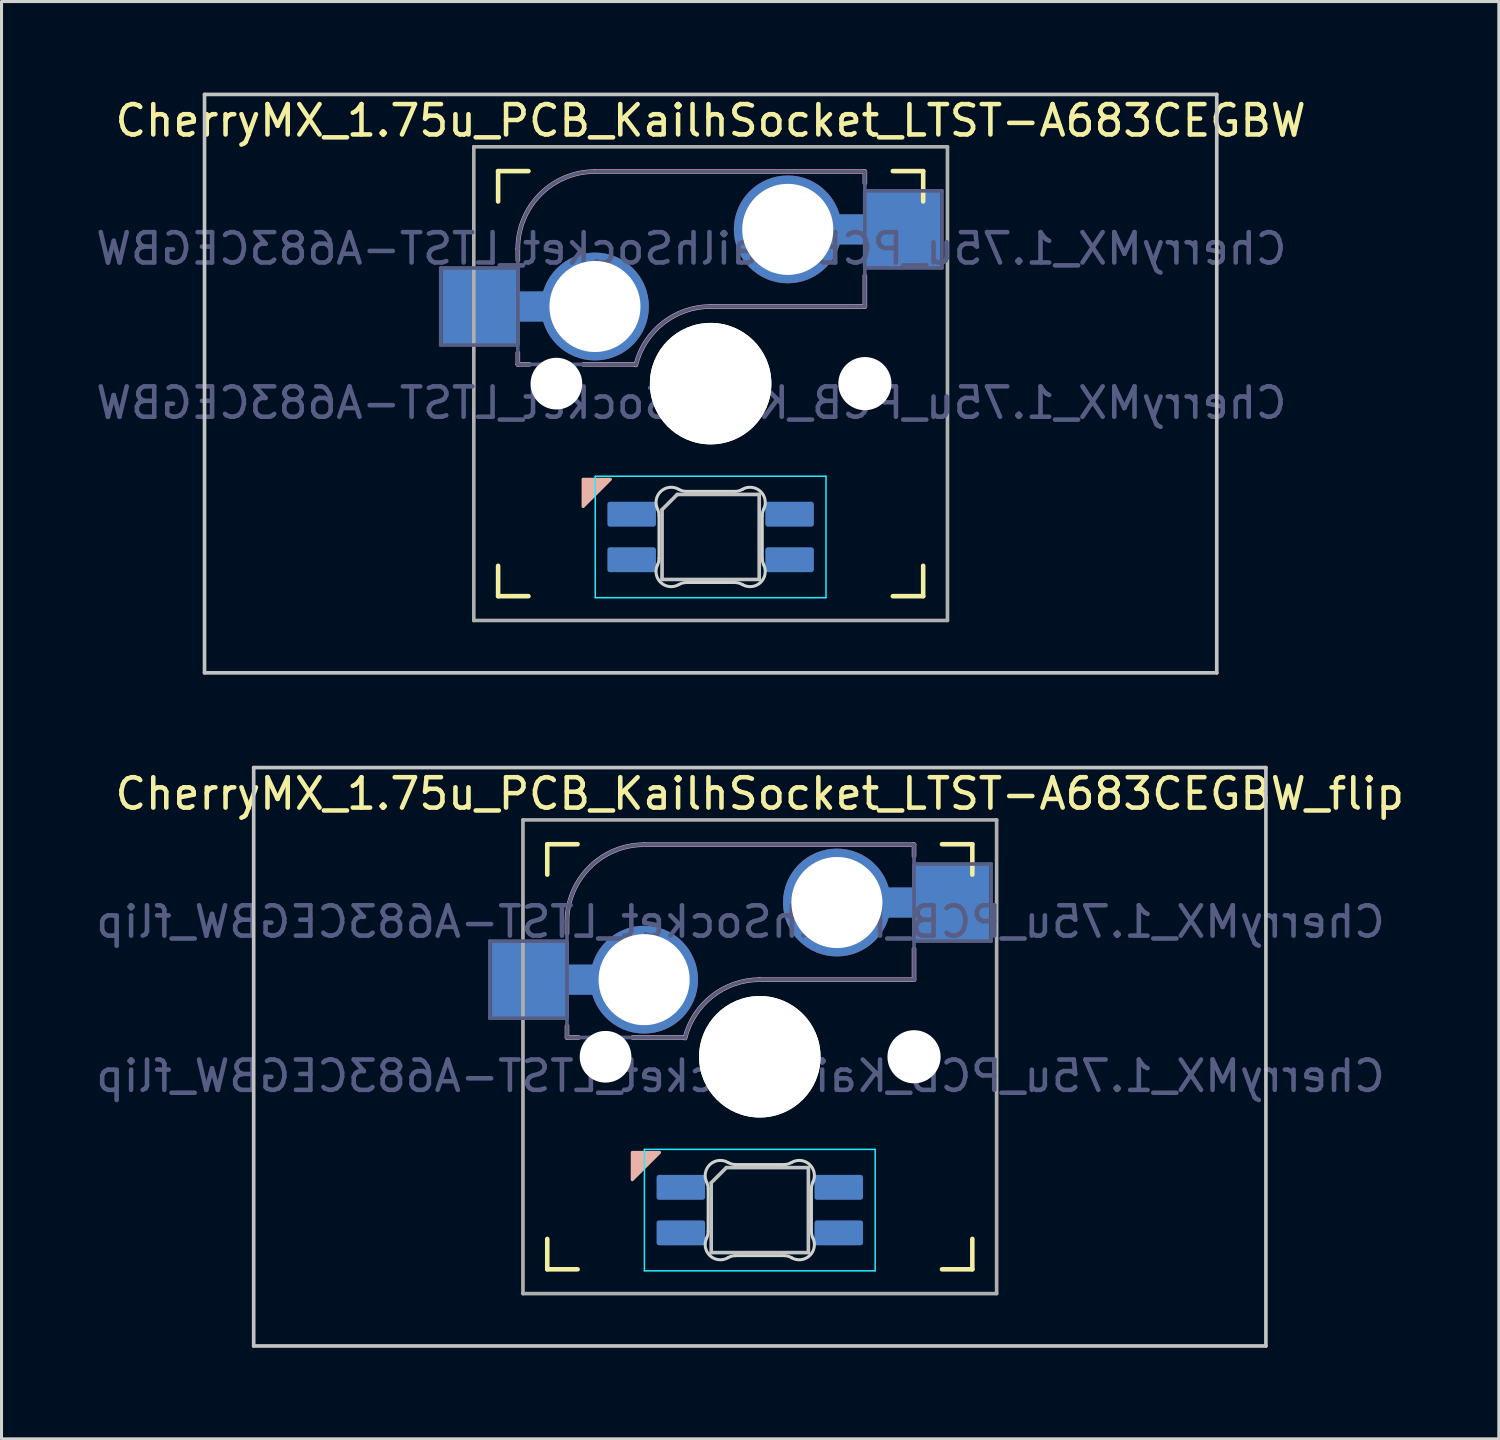
<source format=kicad_pcb>
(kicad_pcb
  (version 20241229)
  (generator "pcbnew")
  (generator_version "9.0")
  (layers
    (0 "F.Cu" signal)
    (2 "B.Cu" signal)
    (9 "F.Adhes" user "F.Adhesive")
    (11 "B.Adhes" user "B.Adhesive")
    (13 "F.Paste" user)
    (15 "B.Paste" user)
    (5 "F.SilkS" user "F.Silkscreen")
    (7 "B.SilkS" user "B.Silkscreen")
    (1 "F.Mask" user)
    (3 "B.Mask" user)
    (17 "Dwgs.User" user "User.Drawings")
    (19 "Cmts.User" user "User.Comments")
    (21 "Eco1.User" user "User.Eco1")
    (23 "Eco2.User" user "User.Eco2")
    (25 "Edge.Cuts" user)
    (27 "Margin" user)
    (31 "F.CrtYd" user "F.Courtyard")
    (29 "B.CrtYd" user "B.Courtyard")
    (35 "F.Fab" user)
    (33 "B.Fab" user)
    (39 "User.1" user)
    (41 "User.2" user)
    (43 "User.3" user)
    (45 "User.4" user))
  (footprint "CherryMX_1.75u_PCB_KailhSocket_LTST-A683CEGBW_flip"
    (layer "F.Cu")
    (at 21.974 31.755)
    (property "Reference" "CherryMX_1.75u_PCB_KailhSocket_LTST-A683CEGBW_flip" (at 0 -8.662 0) (layer "F.SilkS") (effects (font (size 1 1) (thickness 0.15))))
    (property "Value" "CherryMX_1.75u_PCB_KailhSocket_LTST-A683CEGBW_flip" (at 0 8.662 0) (layer "F.Fab") (hide yes) (effects (font (size 1 1) (thickness 0.15))))
    (attr through_hole)
    (fp_line (start -7 -6) (end -7 -7) (stroke (width 0.15) (type solid)) (layer "F.SilkS"))
    (fp_line (start -7 7) (end -7 6) (stroke (width 0.15) (type solid)) (layer "F.SilkS"))
    (fp_line (start -7 7) (end -6 7) (stroke (width 0.15) (type solid)) (layer "F.SilkS"))
    (fp_line (start -6 -7) (end -7 -7) (stroke (width 0.15) (type solid)) (layer "F.SilkS"))
    (fp_line (start 6 7) (end 7 7) (stroke (width 0.15) (type solid)) (layer "F.SilkS"))
    (fp_line (start 7 -7) (end 6 -7) (stroke (width 0.15) (type solid)) (layer "F.SilkS"))
    (fp_line (start 7 -7) (end 7 -6) (stroke (width 0.15) (type solid)) (layer "F.SilkS"))
    (fp_line (start 7 6) (end 7 7) (stroke (width 0.15) (type solid)) (layer "F.SilkS"))
    (fp_line (start -6.35 -4.445) (end -6.35 -4.064) (stroke (width 0.15) (type solid)) (layer "B.SilkS"))
    (fp_line (start -6.35 -1.016) (end -6.35 -0.635) (stroke (width 0.15) (type solid)) (layer "B.SilkS"))
    (fp_line (start -5.969 -0.635) (end -6.35 -0.635) (stroke (width 0.15) (type solid)) (layer "B.SilkS"))
    (fp_line (start -3.81 -6.985) (end 5.08 -6.985) (stroke (width 0.15) (type solid)) (layer "B.SilkS"))
    (fp_line (start -2.464 -0.635) (end -4.191 -0.635) (stroke (width 0.15) (type solid)) (layer "B.SilkS"))
    (fp_line (start 5.08 -6.985) (end 5.08 -6.604) (stroke (width 0.15) (type solid)) (layer "B.SilkS"))
    (fp_line (start 5.08 -3.556) (end 5.08 -2.54) (stroke (width 0.15) (type solid)) (layer "B.SilkS"))
    (fp_line (start 5.08 -2.54) (end 0 -2.54) (stroke (width 0.15) (type solid)) (layer "B.SilkS"))
    (fp_arc (start -6.35 -4.445) (mid -5.606051 -6.241051) (end -3.81 -6.985) (stroke (width 0.15) (type solid)) (layer "B.SilkS"))
    (fp_arc (start -2.464162 -0.61604) (mid -1.563147 -2.002042) (end 0 -2.54) (stroke (width 0.15) (type solid)) (layer "B.SilkS"))
    (fp_poly (pts (xy -4.2 4.05) (xy -3.3 3.15) (xy -4.2 3.15)) (stroke (width 0.1) (type solid)) (fill yes) (layer "B.SilkS"))
    (fp_line (start -16.669 -9.525) (end 16.669 -9.525) (stroke (width 0.12) (type solid)) (layer "Dwgs.User"))
    (fp_line (start -16.669 9.525) (end -16.669 -9.525) (stroke (width 0.12) (type solid)) (layer "Dwgs.User"))
    (fp_line (start -1.6 4.15) (end -1.6 6.45) (stroke (width 0.12) (type solid)) (layer "Dwgs.User"))
    (fp_line (start -1.6 4.15) (end -1.1 3.65) (stroke (width 0.12) (type solid)) (layer "Dwgs.User"))
    (fp_line (start -1.6 6.45) (end 1.6 6.45) (stroke (width 0.12) (type solid)) (layer "Dwgs.User"))
    (fp_line (start 1.6 3.65) (end -1.1 3.65) (stroke (width 0.12) (type solid)) (layer "Dwgs.User"))
    (fp_line (start 1.6 6.45) (end 1.6 3.65) (stroke (width 0.12) (type solid)) (layer "Dwgs.User"))
    (fp_line (start 16.669 -9.525) (end 16.669 9.525) (stroke (width 0.12) (type solid)) (layer "Dwgs.User"))
    (fp_line (start 16.669 9.525) (end -16.669 9.525) (stroke (width 0.12) (type solid)) (layer "Dwgs.User"))
    (fp_line (start -6.9 6.9) (end -6.9 -6.9) (stroke (width 0.15) (type solid)) (layer "Eco2.User"))
    (fp_line (start -6.9 6.9) (end 6.9 6.9) (stroke (width 0.15) (type solid)) (layer "Eco2.User"))
    (fp_line (start 6.9 -6.9) (end -6.9 -6.9) (stroke (width 0.15) (type solid)) (layer "Eco2.User"))
    (fp_line (start 6.9 -6.9) (end 6.9 6.9) (stroke (width 0.15) (type solid)) (layer "Eco2.User"))
    (fp_line (start -1.7 5.753) (end -1.7 4.347) (stroke (width 0.1) (type solid)) (layer "Edge.Cuts"))
    (fp_line (start -0.794 3.55) (end 0.794 3.55) (stroke (width 0.1) (type solid)) (layer "Edge.Cuts"))
    (fp_line (start 0.794 6.55) (end -0.794 6.55) (stroke (width 0.1) (type solid)) (layer "Edge.Cuts"))
    (fp_line (start 1.7 4.347) (end 1.7 5.753) (stroke (width 0.1) (type solid)) (layer "Edge.Cuts"))
    (fp_arc (start -1.749484 4.13028) (mid -1.712527 4.235932) (end -1.699999 4.347158) (stroke (width 0.1) (type solid)) (layer "Edge.Cuts"))
    (fp_arc (start -1.749484 4.130281) (mid -1.638072 3.545965) (end -1.046711 3.481701) (stroke (width 0.1) (type solid)) (layer "Edge.Cuts"))
    (fp_arc (start -1.699999 5.752843) (mid -1.712527 5.864068) (end -1.749484 5.96972) (stroke (width 0.1) (type solid)) (layer "Edge.Cuts"))
    (fp_arc (start -1.046711 6.618298) (mid -1.63807 6.554034) (end -1.749484 5.96972) (stroke (width 0.1) (type solid)) (layer "Edge.Cuts"))
    (fp_arc (start -1.046711 6.618298) (mid -0.925123 6.567376) (end -0.794453 6.549999) (stroke (width 0.1) (type solid)) (layer "Edge.Cuts"))
    (fp_arc (start -0.794452 3.55) (mid -0.925123 3.532623) (end -1.046711 3.481701) (stroke (width 0.1) (type solid)) (layer "Edge.Cuts"))
    (fp_arc (start 0.794453 6.55) (mid 0.925123 6.567377) (end 1.046711 6.618299) (stroke (width 0.1) (type solid)) (layer "Edge.Cuts"))
    (fp_arc (start 1.04671 3.481701) (mid 0.925122 3.532623) (end 0.794452 3.55) (stroke (width 0.1) (type solid)) (layer "Edge.Cuts"))
    (fp_arc (start 1.046711 3.481703) (mid 1.63807 3.545966) (end 1.749484 4.13028) (stroke (width 0.1) (type solid)) (layer "Edge.Cuts"))
    (fp_arc (start 1.699999 4.347157) (mid 1.712527 4.235932) (end 1.749484 4.13028) (stroke (width 0.1) (type solid)) (layer "Edge.Cuts"))
    (fp_arc (start 1.749484 5.96972) (mid 1.638071 6.554035) (end 1.046711 6.618299) (stroke (width 0.1) (type solid)) (layer "Edge.Cuts"))
    (fp_arc (start 1.749484 5.96972) (mid 1.712527 5.864068) (end 1.699999 5.752842) (stroke (width 0.1) (type solid)) (layer "Edge.Cuts"))
    (fp_line (start -3.8 3.05) (end -3.8 7.05) (stroke (width 0.05) (type solid)) (layer "B.CrtYd"))
    (fp_line (start -3.8 7.05) (end 3.8 7.05) (stroke (width 0.05) (type solid)) (layer "B.CrtYd"))
    (fp_line (start 3.8 3.05) (end -3.8 3.05) (stroke (width 0.05) (type solid)) (layer "B.CrtYd"))
    (fp_line (start 3.8 7.05) (end 3.8 3.05) (stroke (width 0.05) (type solid)) (layer "B.CrtYd"))
    (fp_line (start -8.89 -3.81) (end -6.35 -3.81) (stroke (width 0.12) (type solid)) (layer "B.Fab"))
    (fp_line (start -8.89 -1.27) (end -8.89 -3.81) (stroke (width 0.12) (type solid)) (layer "B.Fab"))
    (fp_line (start -6.35 -1.27) (end -8.89 -1.27) (stroke (width 0.12) (type solid)) (layer "B.Fab"))
    (fp_line (start -6.35 -0.635) (end -6.35 -4.445) (stroke (width 0.12) (type solid)) (layer "B.Fab"))
    (fp_line (start -6.35 -0.635) (end -2.54 -0.635) (stroke (width 0.12) (type solid)) (layer "B.Fab"))
    (fp_line (start -3.81 -6.985) (end 5.08 -6.985) (stroke (width 0.12) (type solid)) (layer "B.Fab"))
    (fp_line (start 5.08 -6.985) (end 5.08 -2.54) (stroke (width 0.12) (type solid)) (layer "B.Fab"))
    (fp_line (start 5.08 -6.35) (end 7.62 -6.35) (stroke (width 0.12) (type solid)) (layer "B.Fab"))
    (fp_line (start 5.08 -2.54) (end 0 -2.54) (stroke (width 0.12) (type solid)) (layer "B.Fab"))
    (fp_line (start 7.62 -6.35) (end 7.62 -3.81) (stroke (width 0.12) (type solid)) (layer "B.Fab"))
    (fp_line (start 7.62 -3.81) (end 5.08 -3.81) (stroke (width 0.12) (type solid)) (layer "B.Fab"))
    (fp_arc (start -6.35 -4.445) (mid -5.606051 -6.241051) (end -3.81 -6.985) (stroke (width 0.12) (type solid)) (layer "B.Fab"))
    (fp_arc (start -2.464162 -0.61604) (mid -1.563147 -2.002042) (end 0 -2.54) (stroke (width 0.12) (type solid)) (layer "B.Fab"))
    (fp_line (start -7.8 -7.8) (end -7.8 7.8) (stroke (width 0.12) (type solid)) (layer "F.Fab"))
    (fp_line (start -7.8 -7.8) (end 7.8 -7.8) (stroke (width 0.12) (type solid)) (layer "F.Fab"))
    (fp_line (start -7.8 7.8) (end 7.8 7.8) (stroke (width 0.12) (type solid)) (layer "F.Fab"))
    (fp_line (start 7.8 -7.8) (end 7.8 7.8) (stroke (width 0.12) (type solid)) (layer "F.Fab"))
    (fp_text user "${REFERENCE}" (at -0.635 -4.445 0) (layer "B.Fab") (effects (font (size 1 1) (thickness 0.15)) (justify mirror)))
    (fp_text user "${VALUE}" (at -0.635 0.635 0) (layer "B.Fab") (effects (font (size 1 1) (thickness 0.15)) (justify mirror)))
    (pad "" np_thru_hole circle (at -5.08 0) (size 1.702 1.702) (drill 1.702) (layers "*.Cu" "*.Mask"))
    (pad "" np_thru_hole circle (at 0 0) (size 4 4) (drill 4) (layers "*.Cu" "*.Mask"))
    (pad "" np_thru_hole circle (at 0 0) (size 4 4) (drill 4) (layers "*.Cu" "*.Mask"))
    (pad "" np_thru_hole circle (at 5.08 0) (size 1.702 1.702) (drill 1.702) (layers "*.Cu" "*.Mask"))
    (pad "" np_thru_hole circle (at 5.08 0) (size 1.75 1.75) (drill 1.75) (layers "*.Cu" "*.Mask"))
    (pad "1" thru_hole circle (at 2.54 -5.08) (size 3.55 3.55) (drill 3) (layers "*.Cu"))
    (pad "1" connect rect (at 5.015 -5.08 270) (size 1 2.5) (layers "B.Cu"))
    (pad "1" smd rect (at 6.29 -5.08) (size 2.55 2.5) (layers "B.Cu" "B.Mask" "B.Paste"))
    (pad "2" smd rect (at -7.56 -2.54) (size 2.55 2.5) (layers "B.Cu" "B.Mask" "B.Paste"))
    (pad "2" connect rect (at -5.715 -2.54 90) (size 1 2.5) (layers "B.Cu"))
    (pad "2" thru_hole circle (at -3.81 -2.54) (size 3.55 3.55) (drill 3) (layers "*.Cu"))
    (pad "3" smd roundrect (at -2.6 4.3 90) (size 0.82 1.6) (layers "B.Cu" "B.Mask" "B.Paste") (roundrect_rratio 0.1))
    (pad "4" smd roundrect (at -2.6 5.8 90) (size 0.82 1.6) (layers "B.Cu" "B.Mask" "B.Paste") (roundrect_rratio 0.1))
    (pad "5" smd roundrect (at 2.6 4.3 90) (size 0.82 1.6) (layers "B.Cu" "B.Mask" "B.Paste") (roundrect_rratio 0.1))
    (pad "6" smd roundrect (at 2.6 5.8 90) (size 0.82 1.6) (layers "B.Cu" "B.Mask" "B.Paste") (roundrect_rratio 0.1)))
  (footprint "CherryMX_1.75u_PCB_KailhSocket_LTST-A683CEGBW"
    (layer "F.Cu")
    (at 20.355 9.585)
    (property "Reference" "CherryMX_1.75u_PCB_KailhSocket_LTST-A683CEGBW" (at 0 -8.662 0) (layer "F.SilkS") (effects (font (size 1 1) (thickness 0.15))))
    (property "Value" "CherryMX_1.75u_PCB_KailhSocket_LTST-A683CEGBW" (at 0 8.662 0) (layer "F.Fab") (hide yes) (effects (font (size 1 1) (thickness 0.15))))
    (attr through_hole)
    (fp_line (start -7 -6) (end -7 -7) (stroke (width 0.15) (type solid)) (layer "F.SilkS"))
    (fp_line (start -7 7) (end -7 6) (stroke (width 0.15) (type solid)) (layer "F.SilkS"))
    (fp_line (start -7 7) (end -6 7) (stroke (width 0.15) (type solid)) (layer "F.SilkS"))
    (fp_line (start -6 -7) (end -7 -7) (stroke (width 0.15) (type solid)) (layer "F.SilkS"))
    (fp_line (start 6 7) (end 7 7) (stroke (width 0.15) (type solid)) (layer "F.SilkS"))
    (fp_line (start 7 -7) (end 6 -7) (stroke (width 0.15) (type solid)) (layer "F.SilkS"))
    (fp_line (start 7 -7) (end 7 -6) (stroke (width 0.15) (type solid)) (layer "F.SilkS"))
    (fp_line (start 7 6) (end 7 7) (stroke (width 0.15) (type solid)) (layer "F.SilkS"))
    (fp_line (start -6.35 -4.445) (end -6.35 -4.064) (stroke (width 0.15) (type solid)) (layer "B.SilkS"))
    (fp_line (start -6.35 -1.016) (end -6.35 -0.635) (stroke (width 0.15) (type solid)) (layer "B.SilkS"))
    (fp_line (start -5.969 -0.635) (end -6.35 -0.635) (stroke (width 0.15) (type solid)) (layer "B.SilkS"))
    (fp_line (start -3.81 -6.985) (end 5.08 -6.985) (stroke (width 0.15) (type solid)) (layer "B.SilkS"))
    (fp_line (start -2.464 -0.635) (end -4.191 -0.635) (stroke (width 0.15) (type solid)) (layer "B.SilkS"))
    (fp_line (start 5.08 -6.985) (end 5.08 -6.604) (stroke (width 0.15) (type solid)) (layer "B.SilkS"))
    (fp_line (start 5.08 -3.556) (end 5.08 -2.54) (stroke (width 0.15) (type solid)) (layer "B.SilkS"))
    (fp_line (start 5.08 -2.54) (end 0 -2.54) (stroke (width 0.15) (type solid)) (layer "B.SilkS"))
    (fp_arc (start -6.35 -4.445) (mid -5.606051 -6.241051) (end -3.81 -6.985) (stroke (width 0.15) (type solid)) (layer "B.SilkS"))
    (fp_arc (start -2.464162 -0.61604) (mid -1.563147 -2.002042) (end 0 -2.54) (stroke (width 0.15) (type solid)) (layer "B.SilkS"))
    (fp_poly (pts (xy -4.2 4.05) (xy -3.3 3.15) (xy -4.2 3.15)) (stroke (width 0.1) (type solid)) (fill yes) (layer "B.SilkS"))
    (fp_line (start -16.669 -9.525) (end 16.669 -9.525) (stroke (width 0.12) (type solid)) (layer "Dwgs.User"))
    (fp_line (start -16.669 9.525) (end -16.669 -9.525) (stroke (width 0.12) (type solid)) (layer "Dwgs.User"))
    (fp_line (start -1.6 4.15) (end -1.6 6.45) (stroke (width 0.12) (type solid)) (layer "Dwgs.User"))
    (fp_line (start -1.6 4.15) (end -1.1 3.65) (stroke (width 0.12) (type solid)) (layer "Dwgs.User"))
    (fp_line (start -1.6 6.45) (end 1.6 6.45) (stroke (width 0.12) (type solid)) (layer "Dwgs.User"))
    (fp_line (start 1.6 3.65) (end -1.1 3.65) (stroke (width 0.12) (type solid)) (layer "Dwgs.User"))
    (fp_line (start 1.6 6.45) (end 1.6 3.65) (stroke (width 0.12) (type solid)) (layer "Dwgs.User"))
    (fp_line (start 16.669 -9.525) (end 16.669 9.525) (stroke (width 0.12) (type solid)) (layer "Dwgs.User"))
    (fp_line (start 16.669 9.525) (end -16.669 9.525) (stroke (width 0.12) (type solid)) (layer "Dwgs.User"))
    (fp_line (start -6.9 6.9) (end -6.9 -6.9) (stroke (width 0.15) (type solid)) (layer "Eco2.User"))
    (fp_line (start -6.9 6.9) (end 6.9 6.9) (stroke (width 0.15) (type solid)) (layer "Eco2.User"))
    (fp_line (start 6.9 -6.9) (end -6.9 -6.9) (stroke (width 0.15) (type solid)) (layer "Eco2.User"))
    (fp_line (start 6.9 -6.9) (end 6.9 6.9) (stroke (width 0.15) (type solid)) (layer "Eco2.User"))
    (fp_line (start -1.7 5.753) (end -1.7 4.347) (stroke (width 0.1) (type solid)) (layer "Edge.Cuts"))
    (fp_line (start -0.794 3.55) (end 0.794 3.55) (stroke (width 0.1) (type solid)) (layer "Edge.Cuts"))
    (fp_line (start 0.794 6.55) (end -0.794 6.55) (stroke (width 0.1) (type solid)) (layer "Edge.Cuts"))
    (fp_line (start 1.7 4.347) (end 1.7 5.753) (stroke (width 0.1) (type solid)) (layer "Edge.Cuts"))
    (fp_arc (start -1.749484 4.13028) (mid -1.712527 4.235932) (end -1.699999 4.347158) (stroke (width 0.1) (type solid)) (layer "Edge.Cuts"))
    (fp_arc (start -1.749484 4.130281) (mid -1.638072 3.545965) (end -1.046711 3.481701) (stroke (width 0.1) (type solid)) (layer "Edge.Cuts"))
    (fp_arc (start -1.699999 5.752843) (mid -1.712527 5.864068) (end -1.749484 5.96972) (stroke (width 0.1) (type solid)) (layer "Edge.Cuts"))
    (fp_arc (start -1.046711 6.618298) (mid -1.63807 6.554034) (end -1.749484 5.96972) (stroke (width 0.1) (type solid)) (layer "Edge.Cuts"))
    (fp_arc (start -1.046711 6.618298) (mid -0.925123 6.567376) (end -0.794453 6.549999) (stroke (width 0.1) (type solid)) (layer "Edge.Cuts"))
    (fp_arc (start -0.794452 3.55) (mid -0.925123 3.532623) (end -1.046711 3.481701) (stroke (width 0.1) (type solid)) (layer "Edge.Cuts"))
    (fp_arc (start 0.794453 6.55) (mid 0.925123 6.567377) (end 1.046711 6.618299) (stroke (width 0.1) (type solid)) (layer "Edge.Cuts"))
    (fp_arc (start 1.04671 3.481701) (mid 0.925122 3.532623) (end 0.794452 3.55) (stroke (width 0.1) (type solid)) (layer "Edge.Cuts"))
    (fp_arc (start 1.046711 3.481703) (mid 1.63807 3.545966) (end 1.749484 4.13028) (stroke (width 0.1) (type solid)) (layer "Edge.Cuts"))
    (fp_arc (start 1.699999 4.347157) (mid 1.712527 4.235932) (end 1.749484 4.13028) (stroke (width 0.1) (type solid)) (layer "Edge.Cuts"))
    (fp_arc (start 1.749484 5.96972) (mid 1.638071 6.554035) (end 1.046711 6.618299) (stroke (width 0.1) (type solid)) (layer "Edge.Cuts"))
    (fp_arc (start 1.749484 5.96972) (mid 1.712527 5.864068) (end 1.699999 5.752842) (stroke (width 0.1) (type solid)) (layer "Edge.Cuts"))
    (fp_line (start -3.8 3.05) (end -3.8 7.05) (stroke (width 0.05) (type solid)) (layer "B.CrtYd"))
    (fp_line (start -3.8 7.05) (end 3.8 7.05) (stroke (width 0.05) (type solid)) (layer "B.CrtYd"))
    (fp_line (start 3.8 3.05) (end -3.8 3.05) (stroke (width 0.05) (type solid)) (layer "B.CrtYd"))
    (fp_line (start 3.8 7.05) (end 3.8 3.05) (stroke (width 0.05) (type solid)) (layer "B.CrtYd"))
    (fp_line (start -8.89 -3.81) (end -6.35 -3.81) (stroke (width 0.12) (type solid)) (layer "B.Fab"))
    (fp_line (start -8.89 -1.27) (end -8.89 -3.81) (stroke (width 0.12) (type solid)) (layer "B.Fab"))
    (fp_line (start -6.35 -1.27) (end -8.89 -1.27) (stroke (width 0.12) (type solid)) (layer "B.Fab"))
    (fp_line (start -6.35 -0.635) (end -6.35 -4.445) (stroke (width 0.12) (type solid)) (layer "B.Fab"))
    (fp_line (start -6.35 -0.635) (end -2.54 -0.635) (stroke (width 0.12) (type solid)) (layer "B.Fab"))
    (fp_line (start -3.81 -6.985) (end 5.08 -6.985) (stroke (width 0.12) (type solid)) (layer "B.Fab"))
    (fp_line (start 5.08 -6.985) (end 5.08 -2.54) (stroke (width 0.12) (type solid)) (layer "B.Fab"))
    (fp_line (start 5.08 -6.35) (end 7.62 -6.35) (stroke (width 0.12) (type solid)) (layer "B.Fab"))
    (fp_line (start 5.08 -2.54) (end 0 -2.54) (stroke (width 0.12) (type solid)) (layer "B.Fab"))
    (fp_line (start 7.62 -6.35) (end 7.62 -3.81) (stroke (width 0.12) (type solid)) (layer "B.Fab"))
    (fp_line (start 7.62 -3.81) (end 5.08 -3.81) (stroke (width 0.12) (type solid)) (layer "B.Fab"))
    (fp_arc (start -6.35 -4.445) (mid -5.606051 -6.241051) (end -3.81 -6.985) (stroke (width 0.12) (type solid)) (layer "B.Fab"))
    (fp_arc (start -2.464162 -0.61604) (mid -1.563147 -2.002042) (end 0 -2.54) (stroke (width 0.12) (type solid)) (layer "B.Fab"))
    (fp_line (start -7.8 -7.8) (end -7.8 7.8) (stroke (width 0.12) (type solid)) (layer "F.Fab"))
    (fp_line (start -7.8 -7.8) (end 7.8 -7.8) (stroke (width 0.12) (type solid)) (layer "F.Fab"))
    (fp_line (start -7.8 7.8) (end 7.8 7.8) (stroke (width 0.12) (type solid)) (layer "F.Fab"))
    (fp_line (start 7.8 -7.8) (end 7.8 7.8) (stroke (width 0.12) (type solid)) (layer "F.Fab"))
    (fp_text user "${VALUE}" (at -0.635 0.635 0) (layer "B.Fab") (effects (font (size 1 1) (thickness 0.15)) (justify mirror)))
    (fp_text user "${REFERENCE}" (at -0.635 -4.445 0) (layer "B.Fab") (effects (font (size 1 1) (thickness 0.15)) (justify mirror)))
    (pad "" np_thru_hole circle (at -5.08 0) (size 1.702 1.702) (drill 1.702) (layers "*.Cu" "*.Mask"))
    (pad "" np_thru_hole circle (at 0 0) (size 4 4) (drill 4) (layers "*.Cu" "*.Mask"))
    (pad "" np_thru_hole circle (at 0 0) (size 4 4) (drill 4) (layers "*.Cu" "*.Mask"))
    (pad "" np_thru_hole circle (at 5.08 0) (size 1.702 1.702) (drill 1.702) (layers "*.Cu" "*.Mask"))
    (pad "" np_thru_hole circle (at 5.08 0) (size 1.75 1.75) (drill 1.75) (layers "*.Cu" "*.Mask"))
    (pad "1" smd rect (at -7.56 -2.54) (size 2.55 2.5) (layers "B.Cu" "B.Mask" "B.Paste"))
    (pad "1" connect rect (at -5.715 -2.54 90) (size 1 2.5) (layers "B.Cu"))
    (pad "1" thru_hole circle (at -3.81 -2.54) (size 3.55 3.55) (drill 3) (layers "*.Cu"))
    (pad "2" thru_hole circle (at 2.54 -5.08) (size 3.55 3.55) (drill 3) (layers "*.Cu"))
    (pad "2" connect rect (at 5.015 -5.08 270) (size 1 2.5) (layers "B.Cu"))
    (pad "2" smd rect (at 6.29 -5.08) (size 2.55 2.5) (layers "B.Cu" "B.Mask" "B.Paste"))
    (pad "3" smd roundrect (at -2.6 4.3 90) (size 0.82 1.6) (layers "B.Cu" "B.Mask" "B.Paste") (roundrect_rratio 0.1))
    (pad "4" smd roundrect (at -2.6 5.8 90) (size 0.82 1.6) (layers "B.Cu" "B.Mask" "B.Paste") (roundrect_rratio 0.1))
    (pad "5" smd roundrect (at 2.6 4.3 90) (size 0.82 1.6) (layers "B.Cu" "B.Mask" "B.Paste") (roundrect_rratio 0.1))
    (pad "6" smd roundrect (at 2.6 5.8 90) (size 0.82 1.6) (layers "B.Cu" "B.Mask" "B.Paste") (roundrect_rratio 0.1)))
  (gr_rect
    (start -3 -3)
    (end 46.314 44.34)
    (stroke (width 0.1) (type default))
    (fill no)
    (layer "Edge.Cuts")))
</source>
